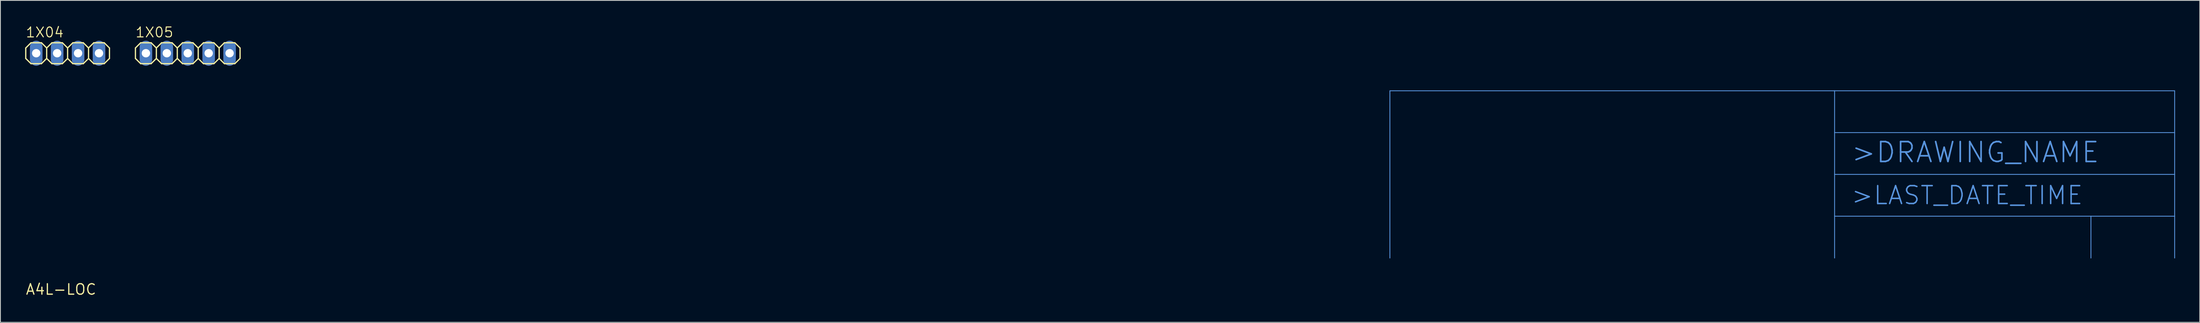
<source format=kicad_pcb>
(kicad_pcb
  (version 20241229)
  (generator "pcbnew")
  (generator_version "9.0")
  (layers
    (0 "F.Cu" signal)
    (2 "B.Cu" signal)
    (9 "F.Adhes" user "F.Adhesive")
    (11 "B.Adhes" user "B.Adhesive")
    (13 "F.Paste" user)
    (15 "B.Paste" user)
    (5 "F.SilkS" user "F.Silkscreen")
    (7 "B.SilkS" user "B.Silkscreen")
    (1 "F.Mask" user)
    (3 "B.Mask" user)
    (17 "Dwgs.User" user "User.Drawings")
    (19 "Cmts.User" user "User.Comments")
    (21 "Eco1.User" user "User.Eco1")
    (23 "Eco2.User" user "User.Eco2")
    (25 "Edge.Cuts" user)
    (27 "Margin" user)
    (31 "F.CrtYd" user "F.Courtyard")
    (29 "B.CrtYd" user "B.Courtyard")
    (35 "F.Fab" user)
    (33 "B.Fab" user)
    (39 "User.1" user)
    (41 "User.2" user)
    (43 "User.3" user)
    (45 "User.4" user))
  (footprint "1X04"
    (layer "F.Cu")
    (at 5.156 3.416)
    (property "Reference" "1X04" (at -5.156 -1.829 0) (layer "F.SilkS") (effects (font (size 1.206 1.206) (thickness 0.127)) (justify left bottom)))
    (attr through_hole)
    (fp_line (start -5.08 -0.635) (end -5.08 0.635) (stroke (width 0.152) (type solid)) (layer "F.SilkS"))
    (fp_line (start -5.08 0.635) (end -4.445 1.27) (stroke (width 0.152) (type solid)) (layer "F.SilkS"))
    (fp_line (start -4.445 -1.27) (end -5.08 -0.635) (stroke (width 0.152) (type solid)) (layer "F.SilkS"))
    (fp_line (start -4.445 -1.27) (end -3.175 -1.27) (stroke (width 0.152) (type solid)) (layer "F.SilkS"))
    (fp_line (start -3.175 -1.27) (end -2.54 -0.635) (stroke (width 0.152) (type solid)) (layer "F.SilkS"))
    (fp_line (start -3.175 1.27) (end -4.445 1.27) (stroke (width 0.152) (type solid)) (layer "F.SilkS"))
    (fp_line (start -2.54 -0.635) (end -2.54 0.635) (stroke (width 0.152) (type solid)) (layer "F.SilkS"))
    (fp_line (start -2.54 -0.635) (end -1.905 -1.27) (stroke (width 0.152) (type solid)) (layer "F.SilkS"))
    (fp_line (start -2.54 0.635) (end -3.175 1.27) (stroke (width 0.152) (type solid)) (layer "F.SilkS"))
    (fp_line (start -1.905 -1.27) (end -0.635 -1.27) (stroke (width 0.152) (type solid)) (layer "F.SilkS"))
    (fp_line (start -1.905 1.27) (end -2.54 0.635) (stroke (width 0.152) (type solid)) (layer "F.SilkS"))
    (fp_line (start -0.635 -1.27) (end 0 -0.635) (stroke (width 0.152) (type solid)) (layer "F.SilkS"))
    (fp_line (start -0.635 1.27) (end -1.905 1.27) (stroke (width 0.152) (type solid)) (layer "F.SilkS"))
    (fp_line (start 0 -0.635) (end 0 0.635) (stroke (width 0.152) (type solid)) (layer "F.SilkS"))
    (fp_line (start 0 -0.635) (end 0.635 -1.27) (stroke (width 0.152) (type solid)) (layer "F.SilkS"))
    (fp_line (start 0 0.635) (end -0.635 1.27) (stroke (width 0.152) (type solid)) (layer "F.SilkS"))
    (fp_line (start 0.635 -1.27) (end 1.905 -1.27) (stroke (width 0.152) (type solid)) (layer "F.SilkS"))
    (fp_line (start 0.635 1.27) (end 0 0.635) (stroke (width 0.152) (type solid)) (layer "F.SilkS"))
    (fp_line (start 1.905 -1.27) (end 2.54 -0.635) (stroke (width 0.152) (type solid)) (layer "F.SilkS"))
    (fp_line (start 1.905 1.27) (end 0.635 1.27) (stroke (width 0.152) (type solid)) (layer "F.SilkS"))
    (fp_line (start 2.54 -0.635) (end 2.54 0.635) (stroke (width 0.152) (type solid)) (layer "F.SilkS"))
    (fp_line (start 2.54 0.635) (end 1.905 1.27) (stroke (width 0.152) (type solid)) (layer "F.SilkS"))
    (fp_line (start 2.54 0.635) (end 3.175 1.27) (stroke (width 0.152) (type solid)) (layer "F.SilkS"))
    (fp_line (start 3.175 -1.27) (end 2.54 -0.635) (stroke (width 0.152) (type solid)) (layer "F.SilkS"))
    (fp_line (start 3.175 -1.27) (end 4.445 -1.27) (stroke (width 0.152) (type solid)) (layer "F.SilkS"))
    (fp_line (start 4.445 -1.27) (end 5.08 -0.635) (stroke (width 0.152) (type solid)) (layer "F.SilkS"))
    (fp_line (start 4.445 1.27) (end 3.175 1.27) (stroke (width 0.152) (type solid)) (layer "F.SilkS"))
    (fp_line (start 5.08 -0.635) (end 5.08 0.635) (stroke (width 0.152) (type solid)) (layer "F.SilkS"))
    (fp_line (start 5.08 0.635) (end 4.445 1.27) (stroke (width 0.152) (type solid)) (layer "F.SilkS"))
    (fp_poly (pts (xy -4.064 0.254) (xy -3.556 0.254) (xy -3.556 -0.254) (xy -4.064 -0.254)) (stroke (width 0.1) (type solid)) (fill no) (layer "F.Fab"))
    (fp_poly (pts (xy -1.524 0.254) (xy -1.016 0.254) (xy -1.016 -0.254) (xy -1.524 -0.254)) (stroke (width 0.1) (type solid)) (fill no) (layer "F.Fab"))
    (fp_poly (pts (xy 1.016 0.254) (xy 1.524 0.254) (xy 1.524 -0.254) (xy 1.016 -0.254)) (stroke (width 0.1) (type solid)) (fill no) (layer "F.Fab"))
    (fp_poly (pts (xy 3.556 0.254) (xy 4.064 0.254) (xy 4.064 -0.254) (xy 3.556 -0.254)) (stroke (width 0.1) (type solid)) (fill no) (layer "F.Fab"))
    (pad "1" thru_hole oval (at -3.81 0 90) (size 3.032 1.516) (drill 1.016) (layers "*.Cu" "*.Mask"))
    (pad "2" thru_hole oval (at -1.27 0 90) (size 3.032 1.516) (drill 1.016) (layers "*.Cu" "*.Mask"))
    (pad "3" thru_hole oval (at 1.27 0 90) (size 3.032 1.516) (drill 1.016) (layers "*.Cu" "*.Mask"))
    (pad "4" thru_hole oval (at 3.81 0 90) (size 3.032 1.516) (drill 1.016) (layers "*.Cu" "*.Mask")))
  (footprint "A4L-LOC"
    (layer "F.Cu")
    (at 4.362 32.113)
    (property "Reference" "A4L-LOC" (at 0 0 0) (layer "F.SilkS") (effects (font (size 1.27 1.27) (thickness 0.15))))
    (attr through_hole)
    (fp_line (start 161.29 -24.13) (end 215.265 -24.13) (stroke (width 0.102) (type solid)) (layer "Cmts.User"))
    (fp_line (start 161.29 -3.81) (end 161.29 -24.13) (stroke (width 0.102) (type solid)) (layer "Cmts.User"))
    (fp_line (start 215.265 -24.13) (end 256.54 -24.13) (stroke (width 0.102) (type solid)) (layer "Cmts.User"))
    (fp_line (start 215.265 -19.05) (end 215.265 -24.13) (stroke (width 0.102) (type solid)) (layer "Cmts.User"))
    (fp_line (start 215.265 -19.05) (end 256.54 -19.05) (stroke (width 0.102) (type solid)) (layer "Cmts.User"))
    (fp_line (start 215.265 -13.97) (end 215.265 -19.05) (stroke (width 0.102) (type solid)) (layer "Cmts.User"))
    (fp_line (start 215.265 -13.97) (end 256.54 -13.97) (stroke (width 0.102) (type solid)) (layer "Cmts.User"))
    (fp_line (start 215.265 -8.89) (end 215.265 -13.97) (stroke (width 0.102) (type solid)) (layer "Cmts.User"))
    (fp_line (start 215.265 -8.89) (end 215.265 -3.81) (stroke (width 0.102) (type solid)) (layer "Cmts.User"))
    (fp_line (start 246.38 -8.89) (end 215.265 -8.89) (stroke (width 0.102) (type solid)) (layer "Cmts.User"))
    (fp_line (start 246.38 -8.89) (end 256.54 -8.89) (stroke (width 0.102) (type solid)) (layer "Cmts.User"))
    (fp_line (start 246.38 -3.81) (end 246.38 -8.89) (stroke (width 0.102) (type solid)) (layer "Cmts.User"))
    (fp_line (start 256.54 -19.05) (end 256.54 -24.13) (stroke (width 0.102) (type solid)) (layer "Cmts.User"))
    (fp_line (start 256.54 -13.97) (end 256.54 -19.05) (stroke (width 0.102) (type solid)) (layer "Cmts.User"))
    (fp_line (start 256.54 -8.89) (end 256.54 -13.97) (stroke (width 0.102) (type solid)) (layer "Cmts.User"))
    (fp_line (start 256.54 -3.81) (end 256.54 -8.89) (stroke (width 0.102) (type solid)) (layer "Cmts.User"))
    (fp_text user ">DRAWING_NAME" (at 217.17 -15.24 0) (layer "Cmts.User") (effects (font (size 2.413 2.413) (thickness 0.203)) (justify left bottom)))
    (fp_text user ">LAST_DATE_TIME" (at 217.17 -10.16 0) (layer "Cmts.User") (effects (font (size 2.172 2.172) (thickness 0.183)) (justify left bottom))))
  (footprint "1X05"
    (layer "F.Cu")
    (at 19.739 3.416)
    (property "Reference" "1X05" (at -6.426 -1.829 0) (layer "F.SilkS") (effects (font (size 1.206 1.206) (thickness 0.127)) (justify left bottom)))
    (attr through_hole)
    (fp_line (start -6.35 -0.635) (end -6.35 0.635) (stroke (width 0.152) (type solid)) (layer "F.SilkS"))
    (fp_line (start -6.35 0.635) (end -5.715 1.27) (stroke (width 0.152) (type solid)) (layer "F.SilkS"))
    (fp_line (start -5.715 -1.27) (end -6.35 -0.635) (stroke (width 0.152) (type solid)) (layer "F.SilkS"))
    (fp_line (start -5.715 -1.27) (end -4.445 -1.27) (stroke (width 0.152) (type solid)) (layer "F.SilkS"))
    (fp_line (start -4.445 -1.27) (end -3.81 -0.635) (stroke (width 0.152) (type solid)) (layer "F.SilkS"))
    (fp_line (start -4.445 1.27) (end -5.715 1.27) (stroke (width 0.152) (type solid)) (layer "F.SilkS"))
    (fp_line (start -3.81 -0.635) (end -3.81 0.635) (stroke (width 0.152) (type solid)) (layer "F.SilkS"))
    (fp_line (start -3.81 -0.635) (end -3.175 -1.27) (stroke (width 0.152) (type solid)) (layer "F.SilkS"))
    (fp_line (start -3.81 0.635) (end -4.445 1.27) (stroke (width 0.152) (type solid)) (layer "F.SilkS"))
    (fp_line (start -3.175 -1.27) (end -1.905 -1.27) (stroke (width 0.152) (type solid)) (layer "F.SilkS"))
    (fp_line (start -3.175 1.27) (end -3.81 0.635) (stroke (width 0.152) (type solid)) (layer "F.SilkS"))
    (fp_line (start -1.905 -1.27) (end -1.27 -0.635) (stroke (width 0.152) (type solid)) (layer "F.SilkS"))
    (fp_line (start -1.905 1.27) (end -3.175 1.27) (stroke (width 0.152) (type solid)) (layer "F.SilkS"))
    (fp_line (start -1.27 -0.635) (end -1.27 0.635) (stroke (width 0.152) (type solid)) (layer "F.SilkS"))
    (fp_line (start -1.27 -0.635) (end -0.635 -1.27) (stroke (width 0.152) (type solid)) (layer "F.SilkS"))
    (fp_line (start -1.27 0.635) (end -1.905 1.27) (stroke (width 0.152) (type solid)) (layer "F.SilkS"))
    (fp_line (start -0.635 -1.27) (end 0.635 -1.27) (stroke (width 0.152) (type solid)) (layer "F.SilkS"))
    (fp_line (start -0.635 1.27) (end -1.27 0.635) (stroke (width 0.152) (type solid)) (layer "F.SilkS"))
    (fp_line (start 0.635 -1.27) (end 1.27 -0.635) (stroke (width 0.152) (type solid)) (layer "F.SilkS"))
    (fp_line (start 0.635 1.27) (end -0.635 1.27) (stroke (width 0.152) (type solid)) (layer "F.SilkS"))
    (fp_line (start 1.27 -0.635) (end 1.27 0.635) (stroke (width 0.152) (type solid)) (layer "F.SilkS"))
    (fp_line (start 1.27 0.635) (end 0.635 1.27) (stroke (width 0.152) (type solid)) (layer "F.SilkS"))
    (fp_line (start 1.27 0.635) (end 1.905 1.27) (stroke (width 0.152) (type solid)) (layer "F.SilkS"))
    (fp_line (start 1.905 -1.27) (end 1.27 -0.635) (stroke (width 0.152) (type solid)) (layer "F.SilkS"))
    (fp_line (start 1.905 -1.27) (end 3.175 -1.27) (stroke (width 0.152) (type solid)) (layer "F.SilkS"))
    (fp_line (start 3.175 -1.27) (end 3.81 -0.635) (stroke (width 0.152) (type solid)) (layer "F.SilkS"))
    (fp_line (start 3.175 1.27) (end 1.905 1.27) (stroke (width 0.152) (type solid)) (layer "F.SilkS"))
    (fp_line (start 3.81 -0.635) (end 3.81 0.635) (stroke (width 0.152) (type solid)) (layer "F.SilkS"))
    (fp_line (start 3.81 0.635) (end 3.175 1.27) (stroke (width 0.152) (type solid)) (layer "F.SilkS"))
    (fp_line (start 3.81 0.635) (end 4.445 1.27) (stroke (width 0.152) (type solid)) (layer "F.SilkS"))
    (fp_line (start 4.445 -1.27) (end 3.81 -0.635) (stroke (width 0.152) (type solid)) (layer "F.SilkS"))
    (fp_line (start 4.445 -1.27) (end 5.715 -1.27) (stroke (width 0.152) (type solid)) (layer "F.SilkS"))
    (fp_line (start 5.715 -1.27) (end 6.35 -0.635) (stroke (width 0.152) (type solid)) (layer "F.SilkS"))
    (fp_line (start 5.715 1.27) (end 4.445 1.27) (stroke (width 0.152) (type solid)) (layer "F.SilkS"))
    (fp_line (start 6.35 -0.635) (end 6.35 0.635) (stroke (width 0.152) (type solid)) (layer "F.SilkS"))
    (fp_line (start 6.35 0.635) (end 5.715 1.27) (stroke (width 0.152) (type solid)) (layer "F.SilkS"))
    (fp_poly (pts (xy -5.334 0.254) (xy -4.826 0.254) (xy -4.826 -0.254) (xy -5.334 -0.254)) (stroke (width 0.1) (type solid)) (fill no) (layer "F.Fab"))
    (fp_poly (pts (xy -2.794 0.254) (xy -2.286 0.254) (xy -2.286 -0.254) (xy -2.794 -0.254)) (stroke (width 0.1) (type solid)) (fill no) (layer "F.Fab"))
    (fp_poly (pts (xy -0.254 0.254) (xy 0.254 0.254) (xy 0.254 -0.254) (xy -0.254 -0.254)) (stroke (width 0.1) (type solid)) (fill no) (layer "F.Fab"))
    (fp_poly (pts (xy 2.286 0.254) (xy 2.794 0.254) (xy 2.794 -0.254) (xy 2.286 -0.254)) (stroke (width 0.1) (type solid)) (fill no) (layer "F.Fab"))
    (fp_poly (pts (xy 4.826 0.254) (xy 5.334 0.254) (xy 5.334 -0.254) (xy 4.826 -0.254)) (stroke (width 0.1) (type solid)) (fill no) (layer "F.Fab"))
    (pad "1" thru_hole oval (at -5.08 0 90) (size 3.032 1.516) (drill 1.016) (layers "*.Cu" "*.Mask"))
    (pad "2" thru_hole oval (at -2.54 0 90) (size 3.032 1.516) (drill 1.016) (layers "*.Cu" "*.Mask"))
    (pad "3" thru_hole oval (at 0 0 90) (size 3.032 1.516) (drill 1.016) (layers "*.Cu" "*.Mask"))
    (pad "4" thru_hole oval (at 2.54 0 90) (size 3.032 1.516) (drill 1.016) (layers "*.Cu" "*.Mask"))
    (pad "5" thru_hole oval (at 5.08 0 90) (size 3.032 1.516) (drill 1.016) (layers "*.Cu" "*.Mask")))
  (gr_rect
    (start -3 -3)
    (end 263.952 36.119)
    (stroke (width 0.1) (type default))
    (fill no)
    (layer "Edge.Cuts")))
</source>
